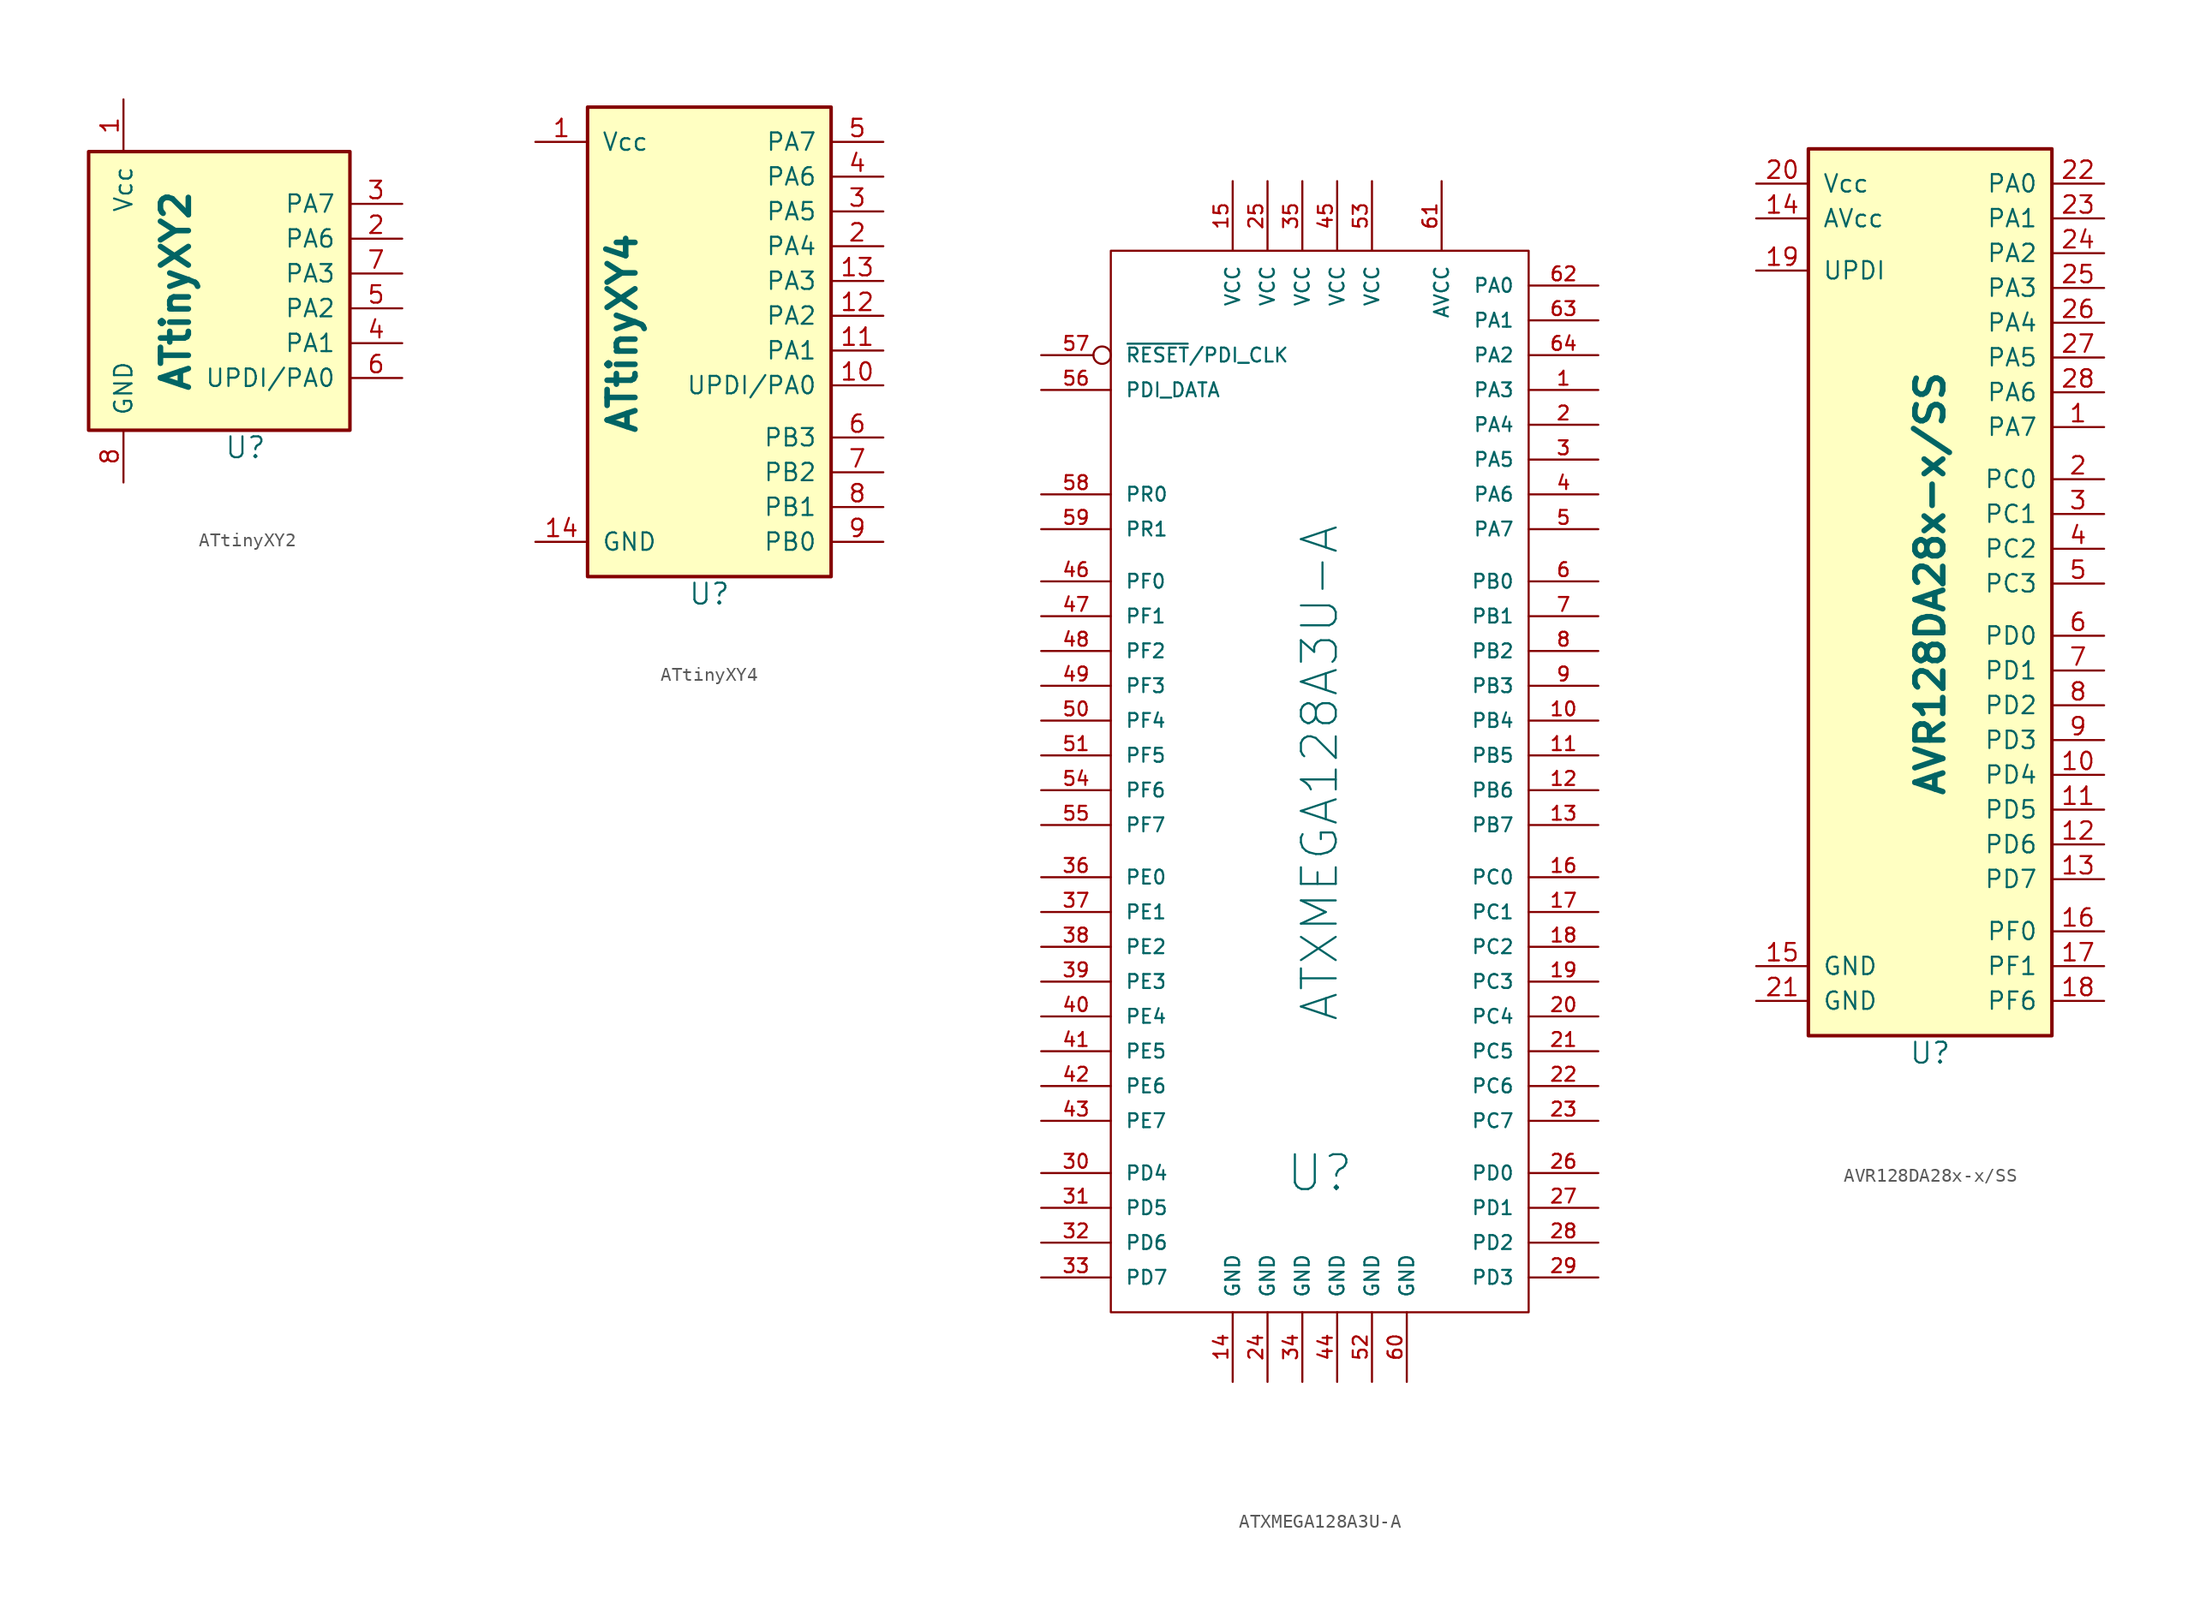
<source format=kicad_sym>
(kicad_symbol_lib
  (version 20231120)
  (generator "kicad_symbol_editor")
  (generator_version "8.0")
  (symbol "ATtinyXY2"
    (pin_names
      (offset 1.016))
    (property "Reference" "U"
      (at 3.81 -11.43 0)
      (effects (font (size 1.524 1.524))))
    (property "Value" "ATtinyXY2"
      (at -1.27 0 90)
      (effects (font (size 2.032 2.032) (bold yes))))
    (symbol "ATtinyXY2_0_1"
      (rectangle (start -7.62 10.16) (end 11.43 -10.16) (stroke (width 0.254) (type default)) (fill (type background))))
    (symbol "ATtinyXY2_1_1"
      (pin power_in line (at -5.08 13.97 270) (length 3.81) (name "Vcc" (effects (font (size 1.27 1.27)))) (number "1" (effects (font (size 1.27 1.27)))))
      (pin passive line (at 15.24 3.81 180) (length 3.81) (name "PA6" (effects (font (size 1.27 1.27)))) (number "2" (effects (font (size 1.27 1.27)))))
      (pin passive line (at 15.24 6.35 180) (length 3.81) (name "PA7" (effects (font (size 1.27 1.27)))) (number "3" (effects (font (size 1.27 1.27)))))
      (pin passive line (at 15.24 -3.81 180) (length 3.81) (name "PA1" (effects (font (size 1.27 1.27)))) (number "4" (effects (font (size 1.27 1.27)))))
      (pin passive line (at 15.24 -1.27 180) (length 3.81) (name "PA2" (effects (font (size 1.27 1.27)))) (number "5" (effects (font (size 1.27 1.27)))))
      (pin passive line (at 15.24 -6.35 180) (length 3.81) (name "UPDI/PA0" (effects (font (size 1.27 1.27)))) (number "6" (effects (font (size 1.27 1.27)))))
      (pin passive line (at 15.24 1.27 180) (length 3.81) (name "PA3" (effects (font (size 1.27 1.27)))) (number "7" (effects (font (size 1.27 1.27)))))
      (pin power_in line (at -5.08 -13.97 90) (length 3.81) (name "GND" (effects (font (size 1.27 1.27)))) (number "8" (effects (font (size 1.27 1.27)))))))
  (symbol "ATtinyXY4"
    (pin_names
      (offset 1.016))
    (property "Reference" "U"
      (at 0 -19.05 0)
      (effects (font (size 1.524 1.524))))
    (property "Value" "ATtinyXY4"
      (at -6.35 0 90)
      (effects (font (size 2.032 2.032) (bold yes))))
    (symbol "ATtinyXY4_0_1"
      (rectangle (start -8.89 16.51) (end 8.89 -17.78) (stroke (width 0.254) (type default)) (fill (type background))))
    (symbol "ATtinyXY4_1_1"
      (pin power_in line (at -12.7 13.97 0) (length 3.81) (name "Vcc" (effects (font (size 1.27 1.27)))) (number "1" (effects (font (size 1.27 1.27)))))
      (pin passive line (at 12.7 -3.81 180) (length 3.81) (name "UPDI/PA0" (effects (font (size 1.27 1.27)))) (number "10" (effects (font (size 1.27 1.27)))))
      (pin passive line (at 12.7 -1.27 180) (length 3.81) (name "PA1" (effects (font (size 1.27 1.27)))) (number "11" (effects (font (size 1.27 1.27)))))
      (pin passive line (at 12.7 1.27 180) (length 3.81) (name "PA2" (effects (font (size 1.27 1.27)))) (number "12" (effects (font (size 1.27 1.27)))))
      (pin passive line (at 12.7 3.81 180) (length 3.81) (name "PA3" (effects (font (size 1.27 1.27)))) (number "13" (effects (font (size 1.27 1.27)))))
      (pin power_in line (at -12.7 -15.24 0) (length 3.81) (name "GND" (effects (font (size 1.27 1.27)))) (number "14" (effects (font (size 1.27 1.27)))))
      (pin passive line (at 12.7 6.35 180) (length 3.81) (name "PA4" (effects (font (size 1.27 1.27)))) (number "2" (effects (font (size 1.27 1.27)))))
      (pin passive line (at 12.7 8.89 180) (length 3.81) (name "PA5" (effects (font (size 1.27 1.27)))) (number "3" (effects (font (size 1.27 1.27)))))
      (pin passive line (at 12.7 11.43 180) (length 3.81) (name "PA6" (effects (font (size 1.27 1.27)))) (number "4" (effects (font (size 1.27 1.27)))))
      (pin passive line (at 12.7 13.97 180) (length 3.81) (name "PA7" (effects (font (size 1.27 1.27)))) (number "5" (effects (font (size 1.27 1.27)))))
      (pin passive line (at 12.7 -7.62 180) (length 3.81) (name "PB3" (effects (font (size 1.27 1.27)))) (number "6" (effects (font (size 1.27 1.27)))))
      (pin passive line (at 12.7 -10.16 180) (length 3.81) (name "PB2" (effects (font (size 1.27 1.27)))) (number "7" (effects (font (size 1.27 1.27)))))
      (pin passive line (at 12.7 -12.7 180) (length 3.81) (name "PB1" (effects (font (size 1.27 1.27)))) (number "8" (effects (font (size 1.27 1.27)))))
      (pin passive line (at 12.7 -15.24 180) (length 3.81) (name "PB0" (effects (font (size 1.27 1.27)))) (number "9" (effects (font (size 1.27 1.27)))))))
  (symbol "ATXMEGA128A3U-A"
    (pin_names
      (offset 1.016))
    (property "Reference" "U"
      (at 0 -29.21 0)
      (effects (font (size 2.54 2.54))))
    (property "Value" "ATXMEGA128A3U-A"
      (at 0 0 90)
      (effects (font (size 2.54 2.54))))
    (property "Datasheet" ""
      (at 0 0 0)
      (effects (font (size 1.524 1.524))))
    (symbol "ATXMEGA128A3U-A_0_1"
      (rectangle (start 15.24 38.1) (end -15.24 -39.37) (stroke (width 0) (type default)) (fill (type none))))
    (symbol "ATXMEGA128A3U-A_1_1"
      (pin bidirectional line (at 20.32 27.94 180) (length 5.08) (name "PA3" (effects (font (size 1.016 1.016)))) (number "1" (effects (font (size 1.016 1.016)))))
      (pin bidirectional line (at 20.32 3.81 180) (length 5.08) (name "PB4" (effects (font (size 1.016 1.016)))) (number "10" (effects (font (size 1.016 1.016)))))
      (pin bidirectional line (at 20.32 1.27 180) (length 5.08) (name "PB5" (effects (font (size 1.016 1.016)))) (number "11" (effects (font (size 1.016 1.016)))))
      (pin bidirectional line (at 20.32 -1.27 180) (length 5.08) (name "PB6" (effects (font (size 1.016 1.016)))) (number "12" (effects (font (size 1.016 1.016)))))
      (pin bidirectional line (at 20.32 -3.81 180) (length 5.08) (name "PB7" (effects (font (size 1.016 1.016)))) (number "13" (effects (font (size 1.016 1.016)))))
      (pin power_in line (at -6.35 -44.45 90) (length 5.08) (name "GND" (effects (font (size 1.016 1.016)))) (number "14" (effects (font (size 1.016 1.016)))))
      (pin power_in line (at -6.35 43.18 270) (length 5.08) (name "VCC" (effects (font (size 1.016 1.016)))) (number "15" (effects (font (size 1.016 1.016)))))
      (pin bidirectional line (at 20.32 -7.62 180) (length 5.08) (name "PC0" (effects (font (size 1.016 1.016)))) (number "16" (effects (font (size 1.016 1.016)))))
      (pin bidirectional line (at 20.32 -10.16 180) (length 5.08) (name "PC1" (effects (font (size 1.016 1.016)))) (number "17" (effects (font (size 1.016 1.016)))))
      (pin bidirectional line (at 20.32 -12.7 180) (length 5.08) (name "PC2" (effects (font (size 1.016 1.016)))) (number "18" (effects (font (size 1.016 1.016)))))
      (pin bidirectional line (at 20.32 -15.24 180) (length 5.08) (name "PC3" (effects (font (size 1.016 1.016)))) (number "19" (effects (font (size 1.016 1.016)))))
      (pin bidirectional line (at 20.32 25.4 180) (length 5.08) (name "PA4" (effects (font (size 1.016 1.016)))) (number "2" (effects (font (size 1.016 1.016)))))
      (pin bidirectional line (at 20.32 -17.78 180) (length 5.08) (name "PC4" (effects (font (size 1.016 1.016)))) (number "20" (effects (font (size 1.016 1.016)))))
      (pin bidirectional line (at 20.32 -20.32 180) (length 5.08) (name "PC5" (effects (font (size 1.016 1.016)))) (number "21" (effects (font (size 1.016 1.016)))))
      (pin bidirectional line (at 20.32 -22.86 180) (length 5.08) (name "PC6" (effects (font (size 1.016 1.016)))) (number "22" (effects (font (size 1.016 1.016)))))
      (pin bidirectional line (at 20.32 -25.4 180) (length 5.08) (name "PC7" (effects (font (size 1.016 1.016)))) (number "23" (effects (font (size 1.016 1.016)))))
      (pin power_in line (at -3.81 -44.45 90) (length 5.08) (name "GND" (effects (font (size 1.016 1.016)))) (number "24" (effects (font (size 1.016 1.016)))))
      (pin power_in line (at -3.81 43.18 270) (length 5.08) (name "VCC" (effects (font (size 1.016 1.016)))) (number "25" (effects (font (size 1.016 1.016)))))
      (pin bidirectional line (at 20.32 -29.21 180) (length 5.08) (name "PD0" (effects (font (size 1.016 1.016)))) (number "26" (effects (font (size 1.016 1.016)))))
      (pin bidirectional line (at 20.32 -31.75 180) (length 5.08) (name "PD1" (effects (font (size 1.016 1.016)))) (number "27" (effects (font (size 1.016 1.016)))))
      (pin bidirectional line (at 20.32 -34.29 180) (length 5.08) (name "PD2" (effects (font (size 1.016 1.016)))) (number "28" (effects (font (size 1.016 1.016)))))
      (pin bidirectional line (at 20.32 -36.83 180) (length 5.08) (name "PD3" (effects (font (size 1.016 1.016)))) (number "29" (effects (font (size 1.016 1.016)))))
      (pin bidirectional line (at 20.32 22.86 180) (length 5.08) (name "PA5" (effects (font (size 1.016 1.016)))) (number "3" (effects (font (size 1.016 1.016)))))
      (pin bidirectional line (at -20.32 -29.21 0) (length 5.08) (name "PD4" (effects (font (size 1.016 1.016)))) (number "30" (effects (font (size 1.016 1.016)))))
      (pin bidirectional line (at -20.32 -31.75 0) (length 5.08) (name "PD5" (effects (font (size 1.016 1.016)))) (number "31" (effects (font (size 1.016 1.016)))))
      (pin bidirectional line (at -20.32 -34.29 0) (length 5.08) (name "PD6" (effects (font (size 1.016 1.016)))) (number "32" (effects (font (size 1.016 1.016)))))
      (pin bidirectional line (at -20.32 -36.83 0) (length 5.08) (name "PD7" (effects (font (size 1.016 1.016)))) (number "33" (effects (font (size 1.016 1.016)))))
      (pin power_in line (at -1.27 -44.45 90) (length 5.08) (name "GND" (effects (font (size 1.016 1.016)))) (number "34" (effects (font (size 1.016 1.016)))))
      (pin power_in line (at -1.27 43.18 270) (length 5.08) (name "VCC" (effects (font (size 1.016 1.016)))) (number "35" (effects (font (size 1.016 1.016)))))
      (pin bidirectional line (at -20.32 -7.62 0) (length 5.08) (name "PE0" (effects (font (size 1.016 1.016)))) (number "36" (effects (font (size 1.016 1.016)))))
      (pin bidirectional line (at -20.32 -10.16 0) (length 5.08) (name "PE1" (effects (font (size 1.016 1.016)))) (number "37" (effects (font (size 1.016 1.016)))))
      (pin bidirectional line (at -20.32 -12.7 0) (length 5.08) (name "PE2" (effects (font (size 1.016 1.016)))) (number "38" (effects (font (size 1.016 1.016)))))
      (pin bidirectional line (at -20.32 -15.24 0) (length 5.08) (name "PE3" (effects (font (size 1.016 1.016)))) (number "39" (effects (font (size 1.016 1.016)))))
      (pin bidirectional line (at 20.32 20.32 180) (length 5.08) (name "PA6" (effects (font (size 1.016 1.016)))) (number "4" (effects (font (size 1.016 1.016)))))
      (pin bidirectional line (at -20.32 -17.78 0) (length 5.08) (name "PE4" (effects (font (size 1.016 1.016)))) (number "40" (effects (font (size 1.016 1.016)))))
      (pin bidirectional line (at -20.32 -20.32 0) (length 5.08) (name "PE5" (effects (font (size 1.016 1.016)))) (number "41" (effects (font (size 1.016 1.016)))))
      (pin bidirectional line (at -20.32 -22.86 0) (length 5.08) (name "PE6" (effects (font (size 1.016 1.016)))) (number "42" (effects (font (size 1.016 1.016)))))
      (pin bidirectional line (at -20.32 -25.4 0) (length 5.08) (name "PE7" (effects (font (size 1.016 1.016)))) (number "43" (effects (font (size 1.016 1.016)))))
      (pin power_in line (at 1.27 -44.45 90) (length 5.08) (name "GND" (effects (font (size 1.016 1.016)))) (number "44" (effects (font (size 1.016 1.016)))))
      (pin power_in line (at 1.27 43.18 270) (length 5.08) (name "VCC" (effects (font (size 1.016 1.016)))) (number "45" (effects (font (size 1.016 1.016)))))
      (pin bidirectional line (at -20.32 13.97 0) (length 5.08) (name "PF0" (effects (font (size 1.016 1.016)))) (number "46" (effects (font (size 1.016 1.016)))))
      (pin bidirectional line (at -20.32 11.43 0) (length 5.08) (name "PF1" (effects (font (size 1.016 1.016)))) (number "47" (effects (font (size 1.016 1.016)))))
      (pin bidirectional line (at -20.32 8.89 0) (length 5.08) (name "PF2" (effects (font (size 1.016 1.016)))) (number "48" (effects (font (size 1.016 1.016)))))
      (pin bidirectional line (at -20.32 6.35 0) (length 5.08) (name "PF3" (effects (font (size 1.016 1.016)))) (number "49" (effects (font (size 1.016 1.016)))))
      (pin bidirectional line (at 20.32 17.78 180) (length 5.08) (name "PA7" (effects (font (size 1.016 1.016)))) (number "5" (effects (font (size 1.016 1.016)))))
      (pin bidirectional line (at -20.32 3.81 0) (length 5.08) (name "PF4" (effects (font (size 1.016 1.016)))) (number "50" (effects (font (size 1.016 1.016)))))
      (pin bidirectional line (at -20.32 1.27 0) (length 5.08) (name "PF5" (effects (font (size 1.016 1.016)))) (number "51" (effects (font (size 1.016 1.016)))))
      (pin power_in line (at 3.81 -44.45 90) (length 5.08) (name "GND" (effects (font (size 1.016 1.016)))) (number "52" (effects (font (size 1.016 1.016)))))
      (pin power_in line (at 3.81 43.18 270) (length 5.08) (name "VCC" (effects (font (size 1.016 1.016)))) (number "53" (effects (font (size 1.016 1.016)))))
      (pin bidirectional line (at -20.32 -1.27 0) (length 5.08) (name "PF6" (effects (font (size 1.016 1.016)))) (number "54" (effects (font (size 1.016 1.016)))))
      (pin bidirectional line (at -20.32 -3.81 0) (length 5.08) (name "PF7" (effects (font (size 1.016 1.016)))) (number "55" (effects (font (size 1.016 1.016)))))
      (pin input line (at -20.32 27.94 0) (length 5.08) (name "PDI_DATA" (effects (font (size 1.016 1.016)))) (number "56" (effects (font (size 1.016 1.016)))))
      (pin input inverted (at -20.32 30.48 0) (length 5.08) (name "~{RESET}/PDI_CLK" (effects (font (size 1.016 1.016)))) (number "57" (effects (font (size 1.016 1.016)))))
      (pin bidirectional line (at -20.32 20.32 0) (length 5.08) (name "PR0" (effects (font (size 1.016 1.016)))) (number "58" (effects (font (size 1.016 1.016)))))
      (pin bidirectional line (at -20.32 17.78 0) (length 5.08) (name "PR1" (effects (font (size 1.016 1.016)))) (number "59" (effects (font (size 1.016 1.016)))))
      (pin bidirectional line (at 20.32 13.97 180) (length 5.08) (name "PB0" (effects (font (size 1.016 1.016)))) (number "6" (effects (font (size 1.016 1.016)))))
      (pin power_in line (at 6.35 -44.45 90) (length 5.08) (name "GND" (effects (font (size 1.016 1.016)))) (number "60" (effects (font (size 1.016 1.016)))))
      (pin passive line (at 8.89 43.18 270) (length 5.08) (name "AVCC" (effects (font (size 1.016 1.016)))) (number "61" (effects (font (size 1.016 1.016)))))
      (pin bidirectional line (at 20.32 35.56 180) (length 5.08) (name "PA0" (effects (font (size 1.016 1.016)))) (number "62" (effects (font (size 1.016 1.016)))))
      (pin bidirectional line (at 20.32 33.02 180) (length 5.08) (name "PA1" (effects (font (size 1.016 1.016)))) (number "63" (effects (font (size 1.016 1.016)))))
      (pin bidirectional line (at 20.32 30.48 180) (length 5.08) (name "PA2" (effects (font (size 1.016 1.016)))) (number "64" (effects (font (size 1.016 1.016)))))
      (pin bidirectional line (at 20.32 11.43 180) (length 5.08) (name "PB1" (effects (font (size 1.016 1.016)))) (number "7" (effects (font (size 1.016 1.016)))))
      (pin bidirectional line (at 20.32 8.89 180) (length 5.08) (name "PB2" (effects (font (size 1.016 1.016)))) (number "8" (effects (font (size 1.016 1.016)))))
      (pin bidirectional line (at 20.32 6.35 180) (length 5.08) (name "PB3" (effects (font (size 1.016 1.016)))) (number "9" (effects (font (size 1.016 1.016)))))))
  (symbol "AVR128DA28x-x/SS"
    (pin_names
      (offset 1.016))
    (property "Reference" "U"
      (at 0 -34.29 0)
      (effects (font (size 1.524 1.524))))
    (property "Value" "AVR128DA28x-x/SS"
      (at 0 0 90)
      (effects (font (size 2.032 2.032) (bold yes))))
    (symbol "AVR128DA28x-x/SS_0_1"
      (rectangle (start -8.89 31.75) (end 8.89 -33.02) (stroke (width 0.254) (type default)) (fill (type background))))
    (symbol "AVR128DA28x-x/SS_1_1"
      (pin passive line (at 12.7 11.43 180) (length 3.81) (name "PA7" (effects (font (size 1.27 1.27)))) (number "1" (effects (font (size 1.27 1.27)))))
      (pin passive line (at 12.7 -13.97 180) (length 3.81) (name "PD4" (effects (font (size 1.27 1.27)))) (number "10" (effects (font (size 1.27 1.27)))))
      (pin passive line (at 12.7 -16.51 180) (length 3.81) (name "PD5" (effects (font (size 1.27 1.27)))) (number "11" (effects (font (size 1.27 1.27)))))
      (pin passive line (at 12.7 -19.05 180) (length 3.81) (name "PD6" (effects (font (size 1.27 1.27)))) (number "12" (effects (font (size 1.27 1.27)))))
      (pin passive line (at 12.7 -21.59 180) (length 3.81) (name "PD7" (effects (font (size 1.27 1.27)))) (number "13" (effects (font (size 1.27 1.27)))))
      (pin passive line (at -12.7 26.67 0) (length 3.81) (name "AVcc" (effects (font (size 1.27 1.27)))) (number "14" (effects (font (size 1.27 1.27)))))
      (pin power_in line (at -12.7 -27.94 0) (length 3.81) (name "GND" (effects (font (size 1.27 1.27)))) (number "15" (effects (font (size 1.27 1.27)))))
      (pin passive line (at 12.7 -25.4 180) (length 3.81) (name "PF0" (effects (font (size 1.27 1.27)))) (number "16" (effects (font (size 1.27 1.27)))))
      (pin passive line (at 12.7 -27.94 180) (length 3.81) (name "PF1" (effects (font (size 1.27 1.27)))) (number "17" (effects (font (size 1.27 1.27)))))
      (pin passive line (at 12.7 -30.48 180) (length 3.81) (name "PF6" (effects (font (size 1.27 1.27)))) (number "18" (effects (font (size 1.27 1.27)))))
      (pin passive line (at -12.7 22.86 0) (length 3.81) (name "UPDI" (effects (font (size 1.27 1.27)))) (number "19" (effects (font (size 1.27 1.27)))))
      (pin passive line (at 12.7 7.62 180) (length 3.81) (name "PC0" (effects (font (size 1.27 1.27)))) (number "2" (effects (font (size 1.27 1.27)))))
      (pin passive line (at -12.7 29.21 0) (length 3.81) (name "Vcc" (effects (font (size 1.27 1.27)))) (number "20" (effects (font (size 1.27 1.27)))))
      (pin power_in line (at -12.7 -30.48 0) (length 3.81) (name "GND" (effects (font (size 1.27 1.27)))) (number "21" (effects (font (size 1.27 1.27)))))
      (pin passive line (at 12.7 29.21 180) (length 3.81) (name "PA0" (effects (font (size 1.27 1.27)))) (number "22" (effects (font (size 1.27 1.27)))))
      (pin passive line (at 12.7 26.67 180) (length 3.81) (name "PA1" (effects (font (size 1.27 1.27)))) (number "23" (effects (font (size 1.27 1.27)))))
      (pin passive line (at 12.7 24.13 180) (length 3.81) (name "PA2" (effects (font (size 1.27 1.27)))) (number "24" (effects (font (size 1.27 1.27)))))
      (pin passive line (at 12.7 21.59 180) (length 3.81) (name "PA3" (effects (font (size 1.27 1.27)))) (number "25" (effects (font (size 1.27 1.27)))))
      (pin passive line (at 12.7 19.05 180) (length 3.81) (name "PA4" (effects (font (size 1.27 1.27)))) (number "26" (effects (font (size 1.27 1.27)))))
      (pin passive line (at 12.7 16.51 180) (length 3.81) (name "PA5" (effects (font (size 1.27 1.27)))) (number "27" (effects (font (size 1.27 1.27)))))
      (pin passive line (at 12.7 13.97 180) (length 3.81) (name "PA6" (effects (font (size 1.27 1.27)))) (number "28" (effects (font (size 1.27 1.27)))))
      (pin passive line (at 12.7 5.08 180) (length 3.81) (name "PC1" (effects (font (size 1.27 1.27)))) (number "3" (effects (font (size 1.27 1.27)))))
      (pin passive line (at 12.7 2.54 180) (length 3.81) (name "PC2" (effects (font (size 1.27 1.27)))) (number "4" (effects (font (size 1.27 1.27)))))
      (pin passive line (at 12.7 0 180) (length 3.81) (name "PC3" (effects (font (size 1.27 1.27)))) (number "5" (effects (font (size 1.27 1.27)))))
      (pin passive line (at 12.7 -3.81 180) (length 3.81) (name "PD0" (effects (font (size 1.27 1.27)))) (number "6" (effects (font (size 1.27 1.27)))))
      (pin passive line (at 12.7 -6.35 180) (length 3.81) (name "PD1" (effects (font (size 1.27 1.27)))) (number "7" (effects (font (size 1.27 1.27)))))
      (pin passive line (at 12.7 -8.89 180) (length 3.81) (name "PD2" (effects (font (size 1.27 1.27)))) (number "8" (effects (font (size 1.27 1.27)))))
      (pin passive line (at 12.7 -11.43 180) (length 3.81) (name "PD3" (effects (font (size 1.27 1.27)))) (number "9" (effects (font (size 1.27 1.27))))))))
</source>
